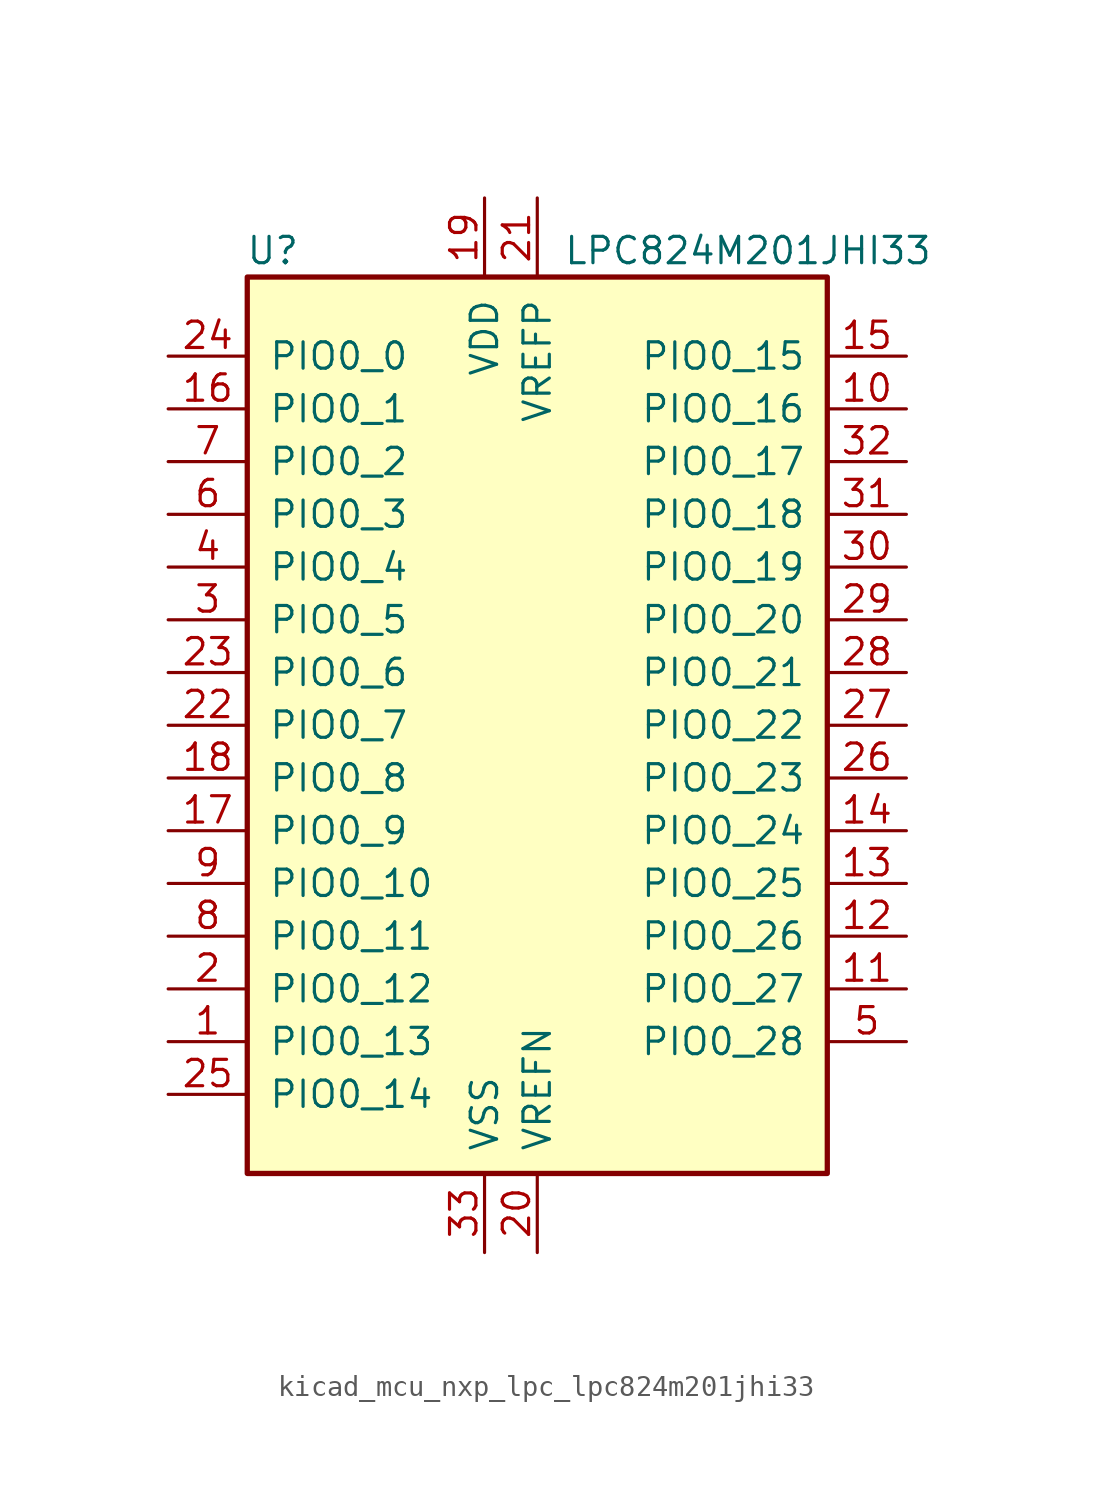
<source format=kicad_sym>
(kicad_symbol_lib
  (version 20220914)
  (generator kicad_symbol_editor)
  (symbol "kicad_mcu_nxp_lpc_lpc824m201jhi33"
    (pin_names
      (offset 1.016))
    (property "Reference" "U"
      (at -11.43 22.86 0)
      (effects (font (size 1.27 1.27)) (justify right)))
    (property "Value" "LPC824M201JHI33"
      (at 19.05 22.86 0)
      (effects (font (size 1.27 1.27)) (justify right)))
    (symbol "kicad_mcu_nxp_lpc_lpc824m201jhi33_0_1"
      (rectangle (start -13.97 21.59) (end 13.97 -21.59) (stroke (width 0.254) (type default)) (fill (type background))))
    (symbol "kicad_mcu_nxp_lpc_lpc824m201jhi33_1_1"
      (pin bidirectional line (at -17.78 -15.24 0) (length 3.81) (name "PIO0_13" (effects (font (size 1.27 1.27)))) (number "1" (effects (font (size 1.27 1.27)))))
      (pin bidirectional line (at 17.78 15.24 180) (length 3.81) (name "PIO0_16" (effects (font (size 1.27 1.27)))) (number "10" (effects (font (size 1.27 1.27)))))
      (pin bidirectional line (at 17.78 -12.7 180) (length 3.81) (name "PIO0_27" (effects (font (size 1.27 1.27)))) (number "11" (effects (font (size 1.27 1.27)))))
      (pin bidirectional line (at 17.78 -10.16 180) (length 3.81) (name "PIO0_26" (effects (font (size 1.27 1.27)))) (number "12" (effects (font (size 1.27 1.27)))))
      (pin bidirectional line (at 17.78 -7.62 180) (length 3.81) (name "PIO0_25" (effects (font (size 1.27 1.27)))) (number "13" (effects (font (size 1.27 1.27)))))
      (pin bidirectional line (at 17.78 -5.08 180) (length 3.81) (name "PIO0_24" (effects (font (size 1.27 1.27)))) (number "14" (effects (font (size 1.27 1.27)))))
      (pin bidirectional line (at 17.78 17.78 180) (length 3.81) (name "PIO0_15" (effects (font (size 1.27 1.27)))) (number "15" (effects (font (size 1.27 1.27)))))
      (pin bidirectional line (at -17.78 15.24 0) (length 3.81) (name "PIO0_1" (effects (font (size 1.27 1.27)))) (number "16" (effects (font (size 1.27 1.27)))))
      (pin bidirectional line (at -17.78 -5.08 0) (length 3.81) (name "PIO0_9" (effects (font (size 1.27 1.27)))) (number "17" (effects (font (size 1.27 1.27)))))
      (pin bidirectional line (at -17.78 -2.54 0) (length 3.81) (name "PIO0_8" (effects (font (size 1.27 1.27)))) (number "18" (effects (font (size 1.27 1.27)))))
      (pin power_in line (at -2.54 25.4 270) (length 3.81) (name "VDD" (effects (font (size 1.27 1.27)))) (number "19" (effects (font (size 1.27 1.27)))))
      (pin bidirectional line (at -17.78 -12.7 0) (length 3.81) (name "PIO0_12" (effects (font (size 1.27 1.27)))) (number "2" (effects (font (size 1.27 1.27)))))
      (pin power_in line (at 0 -25.4 90) (length 3.81) (name "VREFN" (effects (font (size 1.27 1.27)))) (number "20" (effects (font (size 1.27 1.27)))))
      (pin power_in line (at 0 25.4 270) (length 3.81) (name "VREFP" (effects (font (size 1.27 1.27)))) (number "21" (effects (font (size 1.27 1.27)))))
      (pin bidirectional line (at -17.78 0 0) (length 3.81) (name "PIO0_7" (effects (font (size 1.27 1.27)))) (number "22" (effects (font (size 1.27 1.27)))))
      (pin bidirectional line (at -17.78 2.54 0) (length 3.81) (name "PIO0_6" (effects (font (size 1.27 1.27)))) (number "23" (effects (font (size 1.27 1.27)))))
      (pin bidirectional line (at -17.78 17.78 0) (length 3.81) (name "PIO0_0" (effects (font (size 1.27 1.27)))) (number "24" (effects (font (size 1.27 1.27)))))
      (pin bidirectional line (at -17.78 -17.78 0) (length 3.81) (name "PIO0_14" (effects (font (size 1.27 1.27)))) (number "25" (effects (font (size 1.27 1.27)))))
      (pin bidirectional line (at 17.78 -2.54 180) (length 3.81) (name "PIO0_23" (effects (font (size 1.27 1.27)))) (number "26" (effects (font (size 1.27 1.27)))))
      (pin bidirectional line (at 17.78 0 180) (length 3.81) (name "PIO0_22" (effects (font (size 1.27 1.27)))) (number "27" (effects (font (size 1.27 1.27)))))
      (pin bidirectional line (at 17.78 2.54 180) (length 3.81) (name "PIO0_21" (effects (font (size 1.27 1.27)))) (number "28" (effects (font (size 1.27 1.27)))))
      (pin bidirectional line (at 17.78 5.08 180) (length 3.81) (name "PIO0_20" (effects (font (size 1.27 1.27)))) (number "29" (effects (font (size 1.27 1.27)))))
      (pin bidirectional line (at -17.78 5.08 0) (length 3.81) (name "PIO0_5" (effects (font (size 1.27 1.27)))) (number "3" (effects (font (size 1.27 1.27)))))
      (pin bidirectional line (at 17.78 7.62 180) (length 3.81) (name "PIO0_19" (effects (font (size 1.27 1.27)))) (number "30" (effects (font (size 1.27 1.27)))))
      (pin bidirectional line (at 17.78 10.16 180) (length 3.81) (name "PIO0_18" (effects (font (size 1.27 1.27)))) (number "31" (effects (font (size 1.27 1.27)))))
      (pin bidirectional line (at 17.78 12.7 180) (length 3.81) (name "PIO0_17" (effects (font (size 1.27 1.27)))) (number "32" (effects (font (size 1.27 1.27)))))
      (pin power_in line (at -2.54 -25.4 90) (length 3.81) (name "VSS" (effects (font (size 1.27 1.27)))) (number "33" (effects (font (size 1.27 1.27)))))
      (pin bidirectional line (at -17.78 7.62 0) (length 3.81) (name "PIO0_4" (effects (font (size 1.27 1.27)))) (number "4" (effects (font (size 1.27 1.27)))))
      (pin bidirectional line (at 17.78 -15.24 180) (length 3.81) (name "PIO0_28" (effects (font (size 1.27 1.27)))) (number "5" (effects (font (size 1.27 1.27)))))
      (pin bidirectional line (at -17.78 10.16 0) (length 3.81) (name "PIO0_3" (effects (font (size 1.27 1.27)))) (number "6" (effects (font (size 1.27 1.27)))))
      (pin bidirectional line (at -17.78 12.7 0) (length 3.81) (name "PIO0_2" (effects (font (size 1.27 1.27)))) (number "7" (effects (font (size 1.27 1.27)))))
      (pin bidirectional line (at -17.78 -10.16 0) (length 3.81) (name "PIO0_11" (effects (font (size 1.27 1.27)))) (number "8" (effects (font (size 1.27 1.27)))))
      (pin bidirectional line (at -17.78 -7.62 0) (length 3.81) (name "PIO0_10" (effects (font (size 1.27 1.27)))) (number "9" (effects (font (size 1.27 1.27))))))))
</source>
